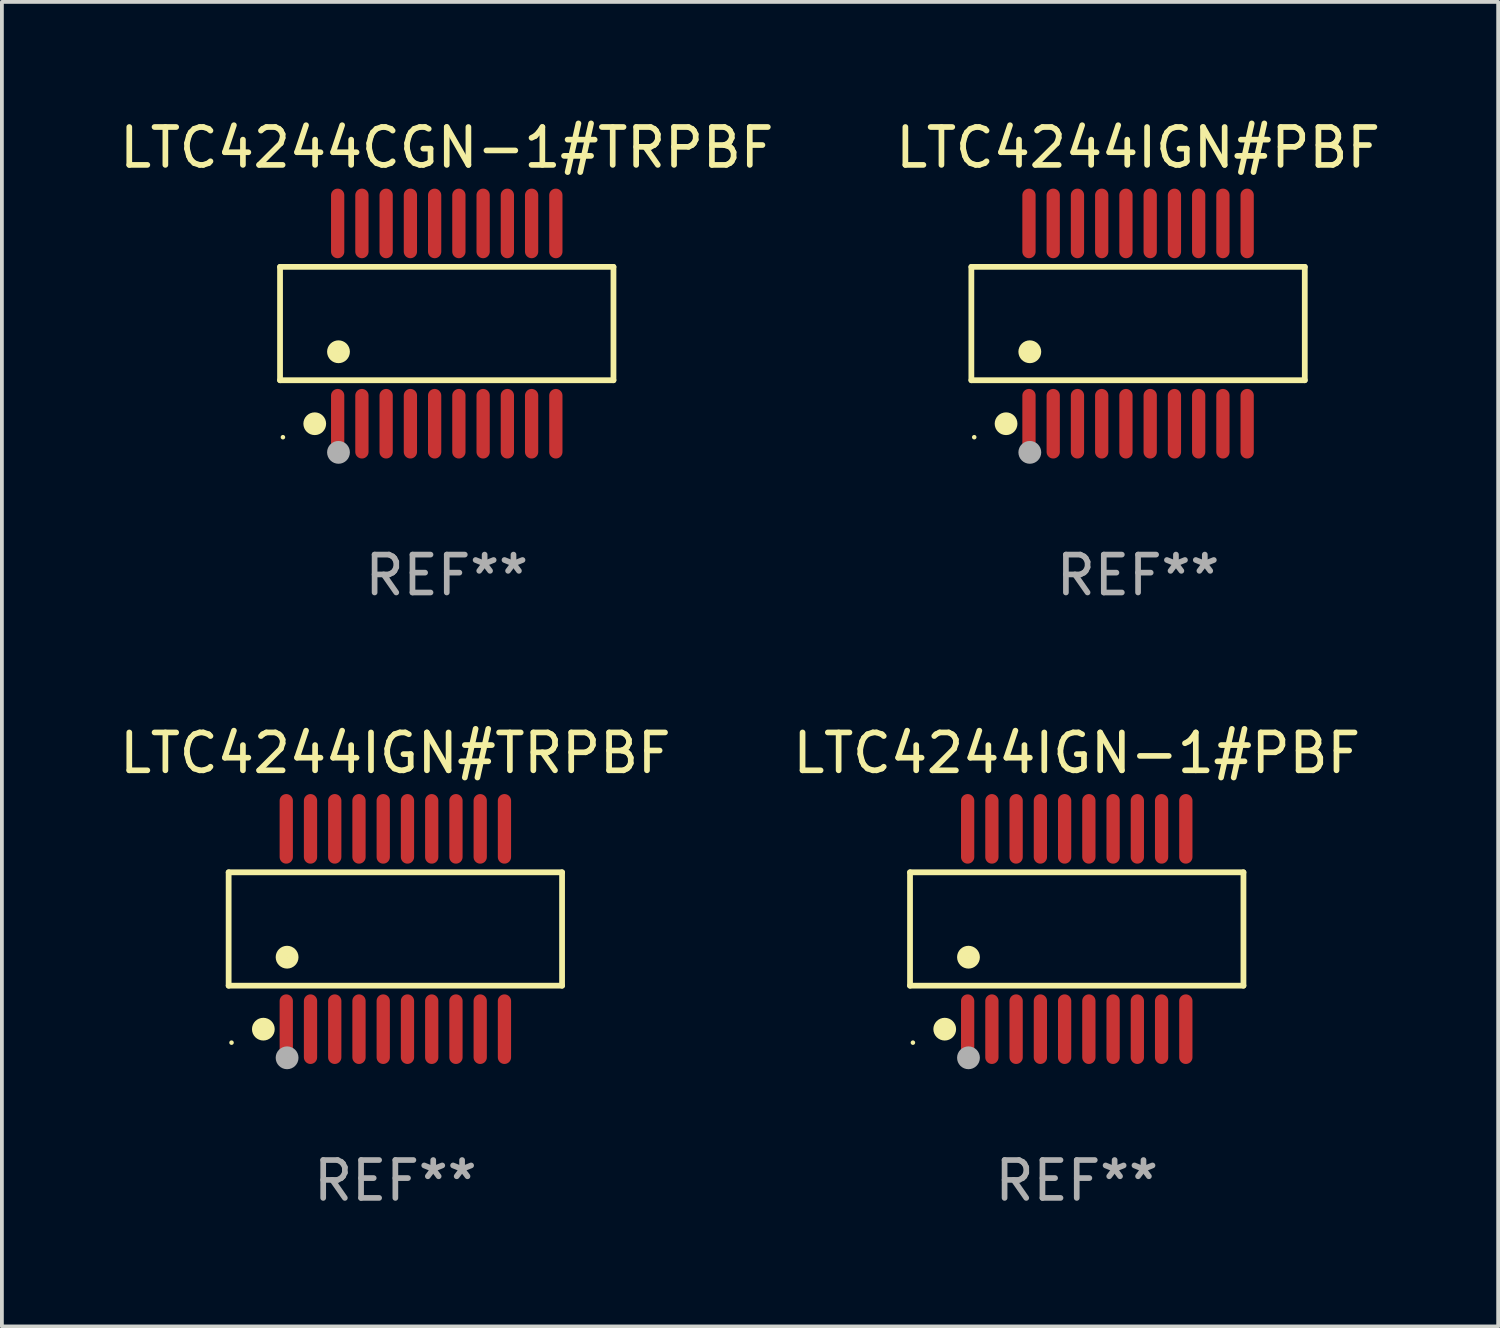
<source format=kicad_pcb>
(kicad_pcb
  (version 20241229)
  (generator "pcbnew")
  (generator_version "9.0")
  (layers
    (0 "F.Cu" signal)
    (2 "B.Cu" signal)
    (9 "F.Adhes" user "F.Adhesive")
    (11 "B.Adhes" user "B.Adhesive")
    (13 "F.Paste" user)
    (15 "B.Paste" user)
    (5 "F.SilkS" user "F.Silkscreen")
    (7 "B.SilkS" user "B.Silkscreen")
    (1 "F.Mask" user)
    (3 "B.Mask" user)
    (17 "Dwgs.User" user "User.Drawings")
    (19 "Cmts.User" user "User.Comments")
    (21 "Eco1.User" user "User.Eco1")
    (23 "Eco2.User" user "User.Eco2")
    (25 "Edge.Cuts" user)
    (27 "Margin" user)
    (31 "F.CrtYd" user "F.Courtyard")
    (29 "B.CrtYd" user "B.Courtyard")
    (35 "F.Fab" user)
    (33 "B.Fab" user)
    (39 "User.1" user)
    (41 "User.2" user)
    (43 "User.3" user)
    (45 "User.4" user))
  (footprint "LTC4244CGN-1#TRPBF"
    (layer "F.Cu")
    (at 8.744 5.492)
    (property "Reference" "LTC4244CGN-1#TRPBF" (at 0 -4.644 0) (layer "F.SilkS") (effects (font (size 1 1) (thickness 0.15))))
    (attr through_hole)
    (fp_line (start -4.401 -1.497) (end 4.401 -1.497) (stroke (width 0.152) (type solid)) (layer "F.SilkS"))
    (fp_line (start -4.401 1.496) (end -4.401 -1.497) (stroke (width 0.152) (type solid)) (layer "F.SilkS"))
    (fp_line (start 4.401 -1.497) (end 4.401 1.496) (stroke (width 0.152) (type solid)) (layer "F.SilkS"))
    (fp_line (start 4.401 1.496) (end -4.401 1.496) (stroke (width 0.152) (type solid)) (layer "F.SilkS"))
    (fp_circle (center -4.325 3) (end -4.295 3) (stroke (width 0.06) (type solid)) (fill no) (layer "F.SilkS"))
    (fp_circle (center -3.485 2.644) (end -3.335 2.644) (stroke (width 0.3) (type solid)) (fill no) (layer "F.SilkS"))
    (fp_circle (center -2.858 0.744) (end -2.707 0.744) (stroke (width 0.3) (type solid)) (fill no) (layer "F.SilkS"))
    (fp_circle (center -2.858 3.4) (end -2.707 3.4) (stroke (width 0.3) (type solid)) (fill no) (layer "F.Fab"))
    (fp_text user "REF**" (at 0 6.644 0) (layer "F.Fab") (effects (font (size 1 1) (thickness 0.15))))
    (pad "1" smd oval (at -2.88 2.644) (size 0.35 1.837) (layers "F.Cu" "F.Mask" "F.Paste"))
    (pad "2" smd oval (at -2.24 2.644) (size 0.35 1.837) (layers "F.Cu" "F.Mask" "F.Paste"))
    (pad "3" smd oval (at -1.6 2.644) (size 0.35 1.837) (layers "F.Cu" "F.Mask" "F.Paste"))
    (pad "4" smd oval (at -0.96 2.644) (size 0.35 1.837) (layers "F.Cu" "F.Mask" "F.Paste"))
    (pad "5" smd oval (at -0.32 2.644) (size 0.35 1.837) (layers "F.Cu" "F.Mask" "F.Paste"))
    (pad "6" smd oval (at 0.32 2.644) (size 0.35 1.837) (layers "F.Cu" "F.Mask" "F.Paste"))
    (pad "7" smd oval (at 0.96 2.644) (size 0.35 1.837) (layers "F.Cu" "F.Mask" "F.Paste"))
    (pad "8" smd oval (at 1.6 2.644) (size 0.35 1.837) (layers "F.Cu" "F.Mask" "F.Paste"))
    (pad "9" smd oval (at 2.24 2.644) (size 0.35 1.837) (layers "F.Cu" "F.Mask" "F.Paste"))
    (pad "10" smd oval (at 2.88 2.644) (size 0.35 1.837) (layers "F.Cu" "F.Mask" "F.Paste"))
    (pad "11" smd oval (at 2.88 -2.644 180) (size 0.35 1.837) (layers "F.Cu" "F.Mask" "F.Paste"))
    (pad "12" smd oval (at 2.24 -2.644 180) (size 0.35 1.837) (layers "F.Cu" "F.Mask" "F.Paste"))
    (pad "13" smd oval (at 1.6 -2.644 180) (size 0.35 1.837) (layers "F.Cu" "F.Mask" "F.Paste"))
    (pad "14" smd oval (at 0.96 -2.644 180) (size 0.35 1.837) (layers "F.Cu" "F.Mask" "F.Paste"))
    (pad "15" smd oval (at 0.32 -2.644 180) (size 0.35 1.837) (layers "F.Cu" "F.Mask" "F.Paste"))
    (pad "16" smd oval (at -0.32 -2.644 180) (size 0.35 1.837) (layers "F.Cu" "F.Mask" "F.Paste"))
    (pad "17" smd oval (at -0.96 -2.644 180) (size 0.35 1.837) (layers "F.Cu" "F.Mask" "F.Paste"))
    (pad "18" smd oval (at -1.6 -2.644 180) (size 0.35 1.837) (layers "F.Cu" "F.Mask" "F.Paste"))
    (pad "19" smd oval (at -2.24 -2.644 180) (size 0.35 1.837) (layers "F.Cu" "F.Mask" "F.Paste"))
    (pad "20" smd oval (at -2.88 -2.644 180) (size 0.35 1.837) (layers "F.Cu" "F.Mask" "F.Paste")))
  (footprint "LTC4244IGN#PBF"
    (layer "F.Cu")
    (at 26.994 5.492)
    (property "Reference" "LTC4244IGN#PBF" (at 0 -4.644 0) (layer "F.SilkS") (effects (font (size 1 1) (thickness 0.15))))
    (attr through_hole)
    (fp_line (start -4.401 -1.497) (end 4.401 -1.497) (stroke (width 0.152) (type solid)) (layer "F.SilkS"))
    (fp_line (start -4.401 1.496) (end -4.401 -1.497) (stroke (width 0.152) (type solid)) (layer "F.SilkS"))
    (fp_line (start 4.401 -1.497) (end 4.401 1.496) (stroke (width 0.152) (type solid)) (layer "F.SilkS"))
    (fp_line (start 4.401 1.496) (end -4.401 1.496) (stroke (width 0.152) (type solid)) (layer "F.SilkS"))
    (fp_circle (center -4.325 3) (end -4.295 3) (stroke (width 0.06) (type solid)) (fill no) (layer "F.SilkS"))
    (fp_circle (center -3.485 2.644) (end -3.335 2.644) (stroke (width 0.3) (type solid)) (fill no) (layer "F.SilkS"))
    (fp_circle (center -2.858 0.744) (end -2.707 0.744) (stroke (width 0.3) (type solid)) (fill no) (layer "F.SilkS"))
    (fp_circle (center -2.858 3.4) (end -2.707 3.4) (stroke (width 0.3) (type solid)) (fill no) (layer "F.Fab"))
    (fp_text user "REF**" (at 0 6.644 0) (layer "F.Fab") (effects (font (size 1 1) (thickness 0.15))))
    (pad "1" smd oval (at -2.88 2.644) (size 0.35 1.837) (layers "F.Cu" "F.Mask" "F.Paste"))
    (pad "2" smd oval (at -2.24 2.644) (size 0.35 1.837) (layers "F.Cu" "F.Mask" "F.Paste"))
    (pad "3" smd oval (at -1.6 2.644) (size 0.35 1.837) (layers "F.Cu" "F.Mask" "F.Paste"))
    (pad "4" smd oval (at -0.96 2.644) (size 0.35 1.837) (layers "F.Cu" "F.Mask" "F.Paste"))
    (pad "5" smd oval (at -0.32 2.644) (size 0.35 1.837) (layers "F.Cu" "F.Mask" "F.Paste"))
    (pad "6" smd oval (at 0.32 2.644) (size 0.35 1.837) (layers "F.Cu" "F.Mask" "F.Paste"))
    (pad "7" smd oval (at 0.96 2.644) (size 0.35 1.837) (layers "F.Cu" "F.Mask" "F.Paste"))
    (pad "8" smd oval (at 1.6 2.644) (size 0.35 1.837) (layers "F.Cu" "F.Mask" "F.Paste"))
    (pad "9" smd oval (at 2.24 2.644) (size 0.35 1.837) (layers "F.Cu" "F.Mask" "F.Paste"))
    (pad "10" smd oval (at 2.88 2.644) (size 0.35 1.837) (layers "F.Cu" "F.Mask" "F.Paste"))
    (pad "11" smd oval (at 2.88 -2.644 180) (size 0.35 1.837) (layers "F.Cu" "F.Mask" "F.Paste"))
    (pad "12" smd oval (at 2.24 -2.644 180) (size 0.35 1.837) (layers "F.Cu" "F.Mask" "F.Paste"))
    (pad "13" smd oval (at 1.6 -2.644 180) (size 0.35 1.837) (layers "F.Cu" "F.Mask" "F.Paste"))
    (pad "14" smd oval (at 0.96 -2.644 180) (size 0.35 1.837) (layers "F.Cu" "F.Mask" "F.Paste"))
    (pad "15" smd oval (at 0.32 -2.644 180) (size 0.35 1.837) (layers "F.Cu" "F.Mask" "F.Paste"))
    (pad "16" smd oval (at -0.32 -2.644 180) (size 0.35 1.837) (layers "F.Cu" "F.Mask" "F.Paste"))
    (pad "17" smd oval (at -0.96 -2.644 180) (size 0.35 1.837) (layers "F.Cu" "F.Mask" "F.Paste"))
    (pad "18" smd oval (at -1.6 -2.644 180) (size 0.35 1.837) (layers "F.Cu" "F.Mask" "F.Paste"))
    (pad "19" smd oval (at -2.24 -2.644 180) (size 0.35 1.837) (layers "F.Cu" "F.Mask" "F.Paste"))
    (pad "20" smd oval (at -2.88 -2.644 180) (size 0.35 1.837) (layers "F.Cu" "F.Mask" "F.Paste")))
  (footprint "LTC4244IGN#TRPBF"
    (layer "F.Cu")
    (at 7.387 21.475)
    (property "Reference" "LTC4244IGN#TRPBF" (at 0 -4.644 0) (layer "F.SilkS") (effects (font (size 1 1) (thickness 0.15))))
    (attr through_hole)
    (fp_line (start -4.401 -1.497) (end 4.401 -1.497) (stroke (width 0.152) (type solid)) (layer "F.SilkS"))
    (fp_line (start -4.401 1.496) (end -4.401 -1.497) (stroke (width 0.152) (type solid)) (layer "F.SilkS"))
    (fp_line (start 4.401 -1.497) (end 4.401 1.496) (stroke (width 0.152) (type solid)) (layer "F.SilkS"))
    (fp_line (start 4.401 1.496) (end -4.401 1.496) (stroke (width 0.152) (type solid)) (layer "F.SilkS"))
    (fp_circle (center -4.325 3) (end -4.295 3) (stroke (width 0.06) (type solid)) (fill no) (layer "F.SilkS"))
    (fp_circle (center -3.485 2.644) (end -3.335 2.644) (stroke (width 0.3) (type solid)) (fill no) (layer "F.SilkS"))
    (fp_circle (center -2.858 0.744) (end -2.707 0.744) (stroke (width 0.3) (type solid)) (fill no) (layer "F.SilkS"))
    (fp_circle (center -2.858 3.4) (end -2.707 3.4) (stroke (width 0.3) (type solid)) (fill no) (layer "F.Fab"))
    (fp_text user "REF**" (at 0 6.644 0) (layer "F.Fab") (effects (font (size 1 1) (thickness 0.15))))
    (pad "1" smd oval (at -2.88 2.644) (size 0.35 1.837) (layers "F.Cu" "F.Mask" "F.Paste"))
    (pad "2" smd oval (at -2.24 2.644) (size 0.35 1.837) (layers "F.Cu" "F.Mask" "F.Paste"))
    (pad "3" smd oval (at -1.6 2.644) (size 0.35 1.837) (layers "F.Cu" "F.Mask" "F.Paste"))
    (pad "4" smd oval (at -0.96 2.644) (size 0.35 1.837) (layers "F.Cu" "F.Mask" "F.Paste"))
    (pad "5" smd oval (at -0.32 2.644) (size 0.35 1.837) (layers "F.Cu" "F.Mask" "F.Paste"))
    (pad "6" smd oval (at 0.32 2.644) (size 0.35 1.837) (layers "F.Cu" "F.Mask" "F.Paste"))
    (pad "7" smd oval (at 0.96 2.644) (size 0.35 1.837) (layers "F.Cu" "F.Mask" "F.Paste"))
    (pad "8" smd oval (at 1.6 2.644) (size 0.35 1.837) (layers "F.Cu" "F.Mask" "F.Paste"))
    (pad "9" smd oval (at 2.24 2.644) (size 0.35 1.837) (layers "F.Cu" "F.Mask" "F.Paste"))
    (pad "10" smd oval (at 2.88 2.644) (size 0.35 1.837) (layers "F.Cu" "F.Mask" "F.Paste"))
    (pad "11" smd oval (at 2.88 -2.644 180) (size 0.35 1.837) (layers "F.Cu" "F.Mask" "F.Paste"))
    (pad "12" smd oval (at 2.24 -2.644 180) (size 0.35 1.837) (layers "F.Cu" "F.Mask" "F.Paste"))
    (pad "13" smd oval (at 1.6 -2.644 180) (size 0.35 1.837) (layers "F.Cu" "F.Mask" "F.Paste"))
    (pad "14" smd oval (at 0.96 -2.644 180) (size 0.35 1.837) (layers "F.Cu" "F.Mask" "F.Paste"))
    (pad "15" smd oval (at 0.32 -2.644 180) (size 0.35 1.837) (layers "F.Cu" "F.Mask" "F.Paste"))
    (pad "16" smd oval (at -0.32 -2.644 180) (size 0.35 1.837) (layers "F.Cu" "F.Mask" "F.Paste"))
    (pad "17" smd oval (at -0.96 -2.644 180) (size 0.35 1.837) (layers "F.Cu" "F.Mask" "F.Paste"))
    (pad "18" smd oval (at -1.6 -2.644 180) (size 0.35 1.837) (layers "F.Cu" "F.Mask" "F.Paste"))
    (pad "19" smd oval (at -2.24 -2.644 180) (size 0.35 1.837) (layers "F.Cu" "F.Mask" "F.Paste"))
    (pad "20" smd oval (at -2.88 -2.644 180) (size 0.35 1.837) (layers "F.Cu" "F.Mask" "F.Paste")))
  (footprint "LTC4244IGN-1#PBF"
    (layer "F.Cu")
    (at 25.375 21.475)
    (property "Reference" "LTC4244IGN-1#PBF" (at 0 -4.644 0) (layer "F.SilkS") (effects (font (size 1 1) (thickness 0.15))))
    (attr through_hole)
    (fp_line (start -4.401 -1.497) (end 4.401 -1.497) (stroke (width 0.152) (type solid)) (layer "F.SilkS"))
    (fp_line (start -4.401 1.496) (end -4.401 -1.497) (stroke (width 0.152) (type solid)) (layer "F.SilkS"))
    (fp_line (start 4.401 -1.497) (end 4.401 1.496) (stroke (width 0.152) (type solid)) (layer "F.SilkS"))
    (fp_line (start 4.401 1.496) (end -4.401 1.496) (stroke (width 0.152) (type solid)) (layer "F.SilkS"))
    (fp_circle (center -4.325 3) (end -4.295 3) (stroke (width 0.06) (type solid)) (fill no) (layer "F.SilkS"))
    (fp_circle (center -3.485 2.644) (end -3.335 2.644) (stroke (width 0.3) (type solid)) (fill no) (layer "F.SilkS"))
    (fp_circle (center -2.858 0.744) (end -2.707 0.744) (stroke (width 0.3) (type solid)) (fill no) (layer "F.SilkS"))
    (fp_circle (center -2.858 3.4) (end -2.707 3.4) (stroke (width 0.3) (type solid)) (fill no) (layer "F.Fab"))
    (fp_text user "REF**" (at 0 6.644 0) (layer "F.Fab") (effects (font (size 1 1) (thickness 0.15))))
    (pad "1" smd oval (at -2.88 2.644) (size 0.35 1.837) (layers "F.Cu" "F.Mask" "F.Paste"))
    (pad "2" smd oval (at -2.24 2.644) (size 0.35 1.837) (layers "F.Cu" "F.Mask" "F.Paste"))
    (pad "3" smd oval (at -1.6 2.644) (size 0.35 1.837) (layers "F.Cu" "F.Mask" "F.Paste"))
    (pad "4" smd oval (at -0.96 2.644) (size 0.35 1.837) (layers "F.Cu" "F.Mask" "F.Paste"))
    (pad "5" smd oval (at -0.32 2.644) (size 0.35 1.837) (layers "F.Cu" "F.Mask" "F.Paste"))
    (pad "6" smd oval (at 0.32 2.644) (size 0.35 1.837) (layers "F.Cu" "F.Mask" "F.Paste"))
    (pad "7" smd oval (at 0.96 2.644) (size 0.35 1.837) (layers "F.Cu" "F.Mask" "F.Paste"))
    (pad "8" smd oval (at 1.6 2.644) (size 0.35 1.837) (layers "F.Cu" "F.Mask" "F.Paste"))
    (pad "9" smd oval (at 2.24 2.644) (size 0.35 1.837) (layers "F.Cu" "F.Mask" "F.Paste"))
    (pad "10" smd oval (at 2.88 2.644) (size 0.35 1.837) (layers "F.Cu" "F.Mask" "F.Paste"))
    (pad "11" smd oval (at 2.88 -2.644 180) (size 0.35 1.837) (layers "F.Cu" "F.Mask" "F.Paste"))
    (pad "12" smd oval (at 2.24 -2.644 180) (size 0.35 1.837) (layers "F.Cu" "F.Mask" "F.Paste"))
    (pad "13" smd oval (at 1.6 -2.644 180) (size 0.35 1.837) (layers "F.Cu" "F.Mask" "F.Paste"))
    (pad "14" smd oval (at 0.96 -2.644 180) (size 0.35 1.837) (layers "F.Cu" "F.Mask" "F.Paste"))
    (pad "15" smd oval (at 0.32 -2.644 180) (size 0.35 1.837) (layers "F.Cu" "F.Mask" "F.Paste"))
    (pad "16" smd oval (at -0.32 -2.644 180) (size 0.35 1.837) (layers "F.Cu" "F.Mask" "F.Paste"))
    (pad "17" smd oval (at -0.96 -2.644 180) (size 0.35 1.837) (layers "F.Cu" "F.Mask" "F.Paste"))
    (pad "18" smd oval (at -1.6 -2.644 180) (size 0.35 1.837) (layers "F.Cu" "F.Mask" "F.Paste"))
    (pad "19" smd oval (at -2.24 -2.644 180) (size 0.35 1.837) (layers "F.Cu" "F.Mask" "F.Paste"))
    (pad "20" smd oval (at -2.88 -2.644 180) (size 0.35 1.837) (layers "F.Cu" "F.Mask" "F.Paste")))
  (gr_rect
    (start -3 -3)
    (end 36.5 31.967)
    (stroke (width 0.1) (type default))
    (fill no)
    (layer "Edge.Cuts")))
</source>
